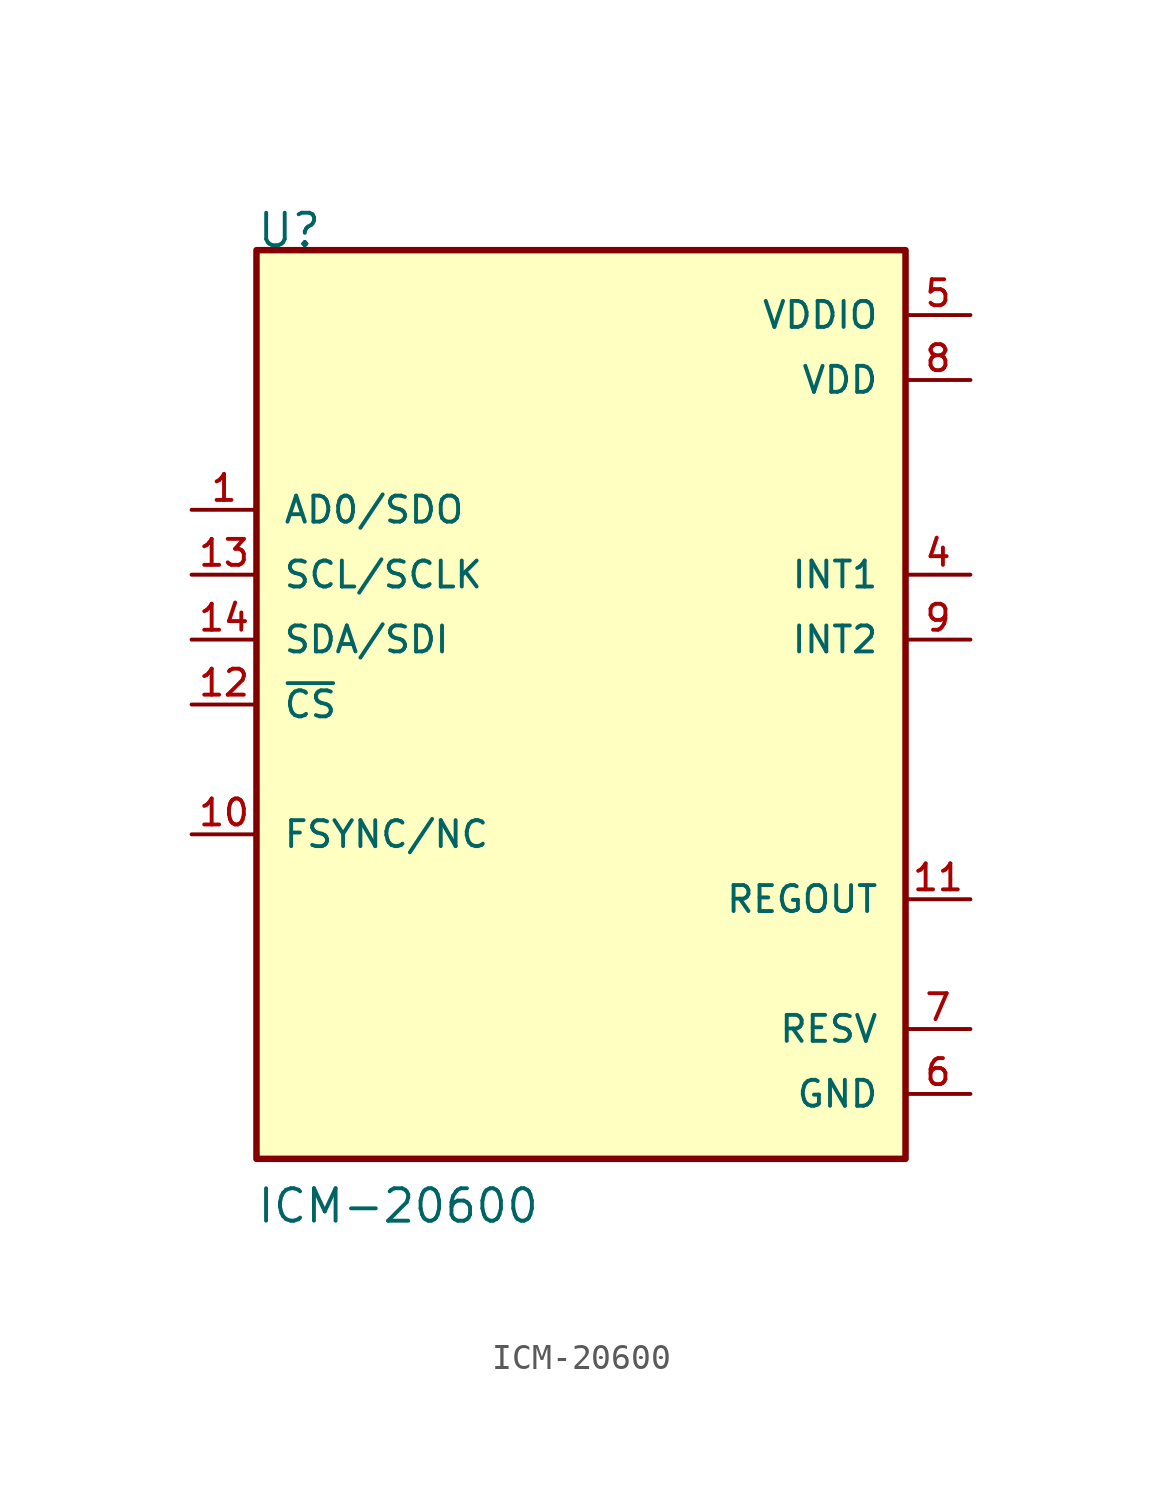
<source format=kicad_sym>
(kicad_symbol_lib
  (version 20211014)
  (generator kicad_symbol_editor)
  (symbol "ICM-20600"
    (pin_names
      (offset 1.016))
    (property "Reference" "U"
      (at -12.723 17.812 0)
      (effects (font (size 1.27 1.27)) (justify bottom left)))
    (property "Value" "ICM-20600"
      (at -12.728 -20.364 0)
      (effects (font (size 1.27 1.27)) (justify bottom left)))
    (symbol "ICM-20600_0_0"
      (rectangle (start -12.7 -17.78) (end 12.7 17.78) (stroke (width 0.254)) (fill (type background)))
      (pin output line (at 15.24 5.08 180.0) (length 2.54) (name "INT1" (effects (font (size 1.016 1.016)))) (number "4" (effects (font (size 1.016 1.016)))))
      (pin power_in line (at 15.24 15.24 180.0) (length 2.54) (name "VDDIO" (effects (font (size 1.016 1.016)))) (number "5" (effects (font (size 1.016 1.016)))))
      (pin power_in line (at 15.24 -15.24 180.0) (length 2.54) (name "GND" (effects (font (size 1.016 1.016)))) (number "6" (effects (font (size 1.016 1.016)))))
      (pin power_in line (at 15.24 -12.7 180.0) (length 2.54) (name "RESV" (effects (font (size 1.016 1.016)))) (number "7" (effects (font (size 1.016 1.016)))))
      (pin power_in line (at 15.24 12.7 180.0) (length 2.54) (name "VDD" (effects (font (size 1.016 1.016)))) (number "8" (effects (font (size 1.016 1.016)))))
      (pin output line (at 15.24 2.54 180.0) (length 2.54) (name "INT2" (effects (font (size 1.016 1.016)))) (number "9" (effects (font (size 1.016 1.016)))))
      (pin input line (at -15.24 -5.08 0) (length 2.54) (name "FSYNC/NC" (effects (font (size 1.016 1.016)))) (number "10" (effects (font (size 1.016 1.016)))))
      (pin passive line (at 15.24 -7.62 180.0) (length 2.54) (name "REGOUT" (effects (font (size 1.016 1.016)))) (number "11" (effects (font (size 1.016 1.016)))))
      (pin input line (at -15.24 0.0 0) (length 2.54) (name "~{CS}" (effects (font (size 1.016 1.016)))) (number "12" (effects (font (size 1.016 1.016)))))
      (pin output line (at -15.24 7.62 0) (length 2.54) (name "AD0/SDO" (effects (font (size 1.016 1.016)))) (number "1" (effects (font (size 1.016 1.016)))))
      (pin bidirectional line (at -15.24 5.08 0) (length 2.54) (name "SCL/SCLK" (effects (font (size 1.016 1.016)))) (number "13" (effects (font (size 1.016 1.016)))))
      (pin bidirectional line (at -15.24 2.54 0) (length 2.54) (name "SDA/SDI" (effects (font (size 1.016 1.016)))) (number "14" (effects (font (size 1.016 1.016))))))))
</source>
